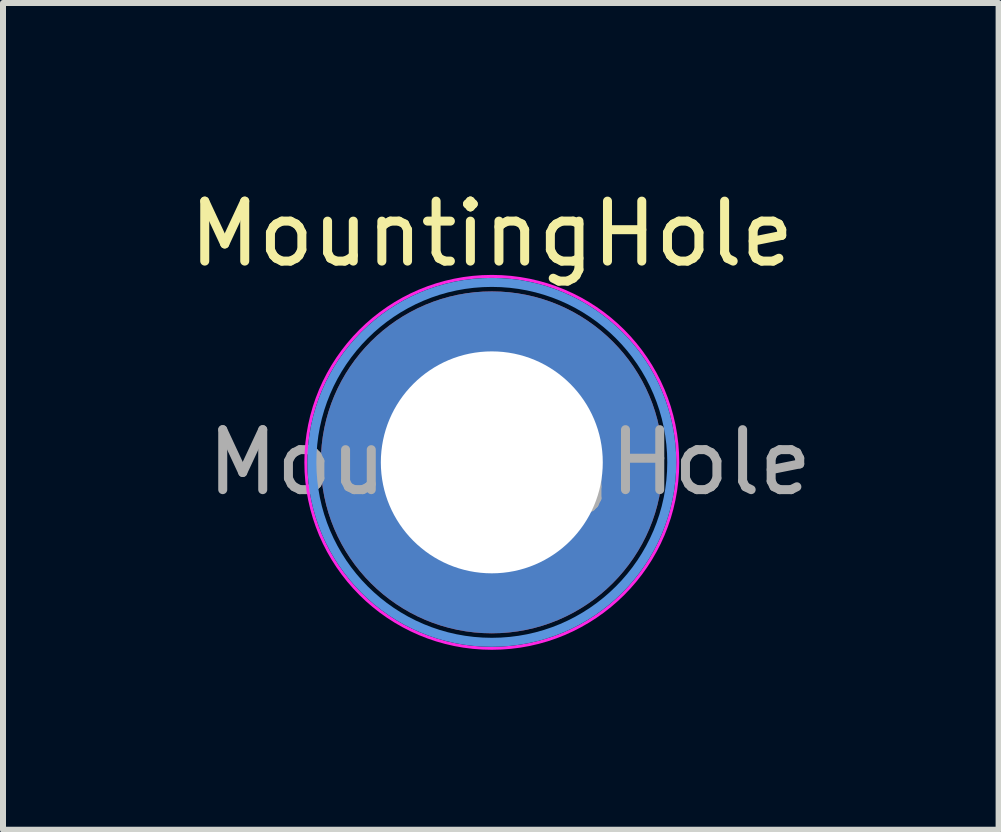
<source format=kicad_pcb>
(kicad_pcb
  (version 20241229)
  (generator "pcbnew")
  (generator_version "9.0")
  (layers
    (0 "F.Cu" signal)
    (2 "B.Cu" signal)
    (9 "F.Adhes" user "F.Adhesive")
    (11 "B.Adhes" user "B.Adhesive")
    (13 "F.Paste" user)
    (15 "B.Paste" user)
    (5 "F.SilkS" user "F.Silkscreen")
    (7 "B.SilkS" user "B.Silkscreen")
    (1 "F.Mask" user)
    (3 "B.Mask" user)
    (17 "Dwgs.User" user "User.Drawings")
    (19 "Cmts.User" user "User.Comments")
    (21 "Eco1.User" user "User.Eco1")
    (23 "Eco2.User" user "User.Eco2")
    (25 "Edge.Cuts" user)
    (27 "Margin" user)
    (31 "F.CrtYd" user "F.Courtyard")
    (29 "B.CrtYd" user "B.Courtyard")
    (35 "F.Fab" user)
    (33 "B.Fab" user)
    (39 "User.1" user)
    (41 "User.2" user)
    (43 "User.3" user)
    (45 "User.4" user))
  (footprint "MountingHole"
    (layer "F.Cu")
    (at 5.149 4.658)
    (property "Reference" "MountingHole" (at 0 -3.81 0) (layer "F.SilkS") (effects (font (size 1 1) (thickness 0.15))))
    (attr exclude_from_pos_files exclude_from_bom)
    (fp_circle (center 0 0) (end 3 0) (stroke (width 0.15) (type solid)) (fill no) (layer "Cmts.User"))
    (fp_circle (center 0 0) (end 3.1 0) (stroke (width 0.05) (type solid)) (fill no) (layer "F.CrtYd"))
    (fp_text user "${REFERENCE}" (at 0.3 0 0) (layer "F.Fab") (effects (font (size 1 1) (thickness 0.15))))
    (pad "1" thru_hole circle (at 0 0) (size 5.7 5.7) (drill 3.7) (layers "*.Cu" "*.Mask")))
  (gr_rect
    (start -3 -3)
    (end 13.598 10.783)
    (stroke (width 0.1) (type default))
    (fill no)
    (layer "Edge.Cuts")))
</source>
